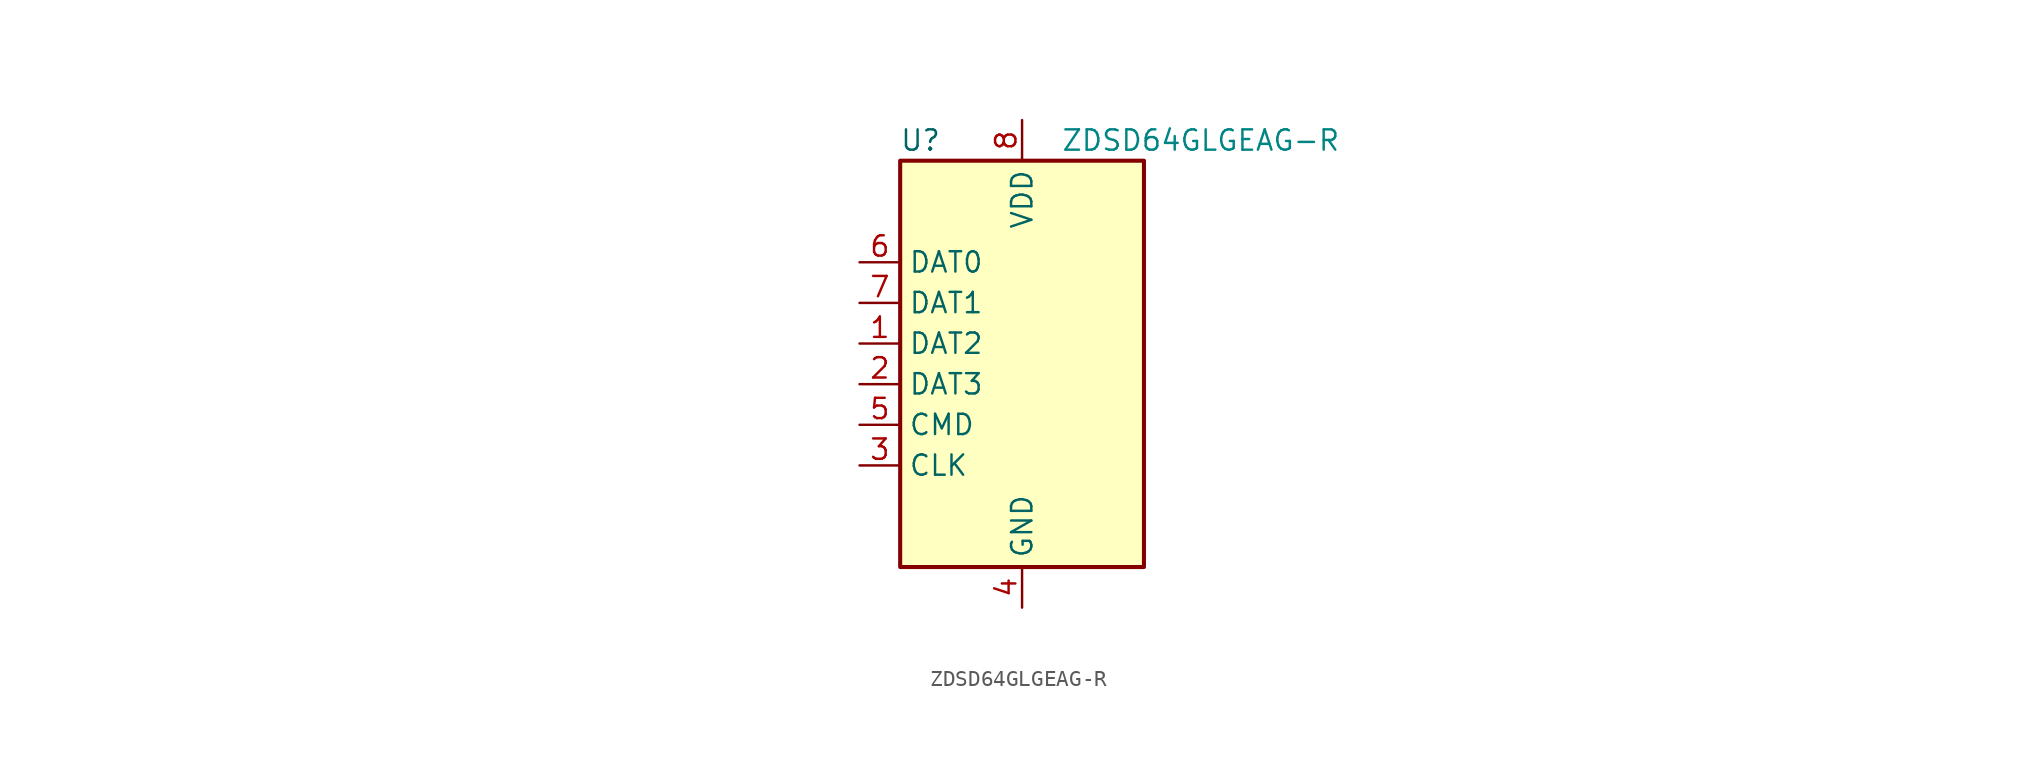
<source format=kicad_sym>
(kicad_symbol_lib
  (version 20231120)
  (generator "kicad_symbol_editor")
  (generator_version "8.0")
  (symbol "ZDSD64GLGEAG-R"
    (property "Reference" "U"
      (at 0 0 0)
      (effects (font (size 1.27 1.27))))
    (property "Value" ""
      (at 0 0 0)
      (effects (font (size 1.27 1.27))))
    (symbol "ZDSD64GLGEAG-R_1_1"
      (rectangle (start -1.27 -1.27) (end 13.97 -26.67) (stroke (width 0.254) (type default)) (fill (type background)))
      (text private "https://www.lcsc.com/datasheet/lcsc_datasheet_2410010132_Zetta-ZDSD64GLGEAG-R_C5277948.pdf" (at 6.096 -11.938 0) (effects (font (size 1.27 1.27) (color 0 255 255 1))))
      (text "ZDSD64GLGEAG-R" (at 17.526 0 0) (effects (font (size 1.27 1.27) (color 0 132 132 1))))
      (pin bidirectional line (at -3.81 -12.7 0) (length 2.54) (name "DAT2" (effects (font (size 1.27 1.27)))) (number "1" (effects (font (size 1.27 1.27)))))
      (pin bidirectional line (at -3.81 -15.24 0) (length 2.54) (name "DAT3" (effects (font (size 1.27 1.27)))) (number "2" (effects (font (size 1.27 1.27)))))
      (pin input line (at -3.81 -20.32 0) (length 2.54) (name "CLK" (effects (font (size 1.27 1.27)))) (number "3" (effects (font (size 1.27 1.27)))))
      (pin power_in line (at 6.35 -29.21 90) (length 2.54) (name "GND" (effects (font (size 1.27 1.27)))) (number "4" (effects (font (size 1.27 1.27)))))
      (pin input line (at -3.81 -17.78 0) (length 2.54) (name "CMD" (effects (font (size 1.27 1.27)))) (number "5" (effects (font (size 1.27 1.27)))))
      (pin bidirectional line (at -3.81 -7.62 0) (length 2.54) (name "DAT0" (effects (font (size 1.27 1.27)))) (number "6" (effects (font (size 1.27 1.27)))))
      (pin bidirectional line (at -3.81 -10.16 0) (length 2.54) (name "DAT1" (effects (font (size 1.27 1.27)))) (number "7" (effects (font (size 1.27 1.27)))))
      (pin power_in line (at 6.35 1.27 270) (length 2.54) (name "VDD" (effects (font (size 1.27 1.27)))) (number "8" (effects (font (size 1.27 1.27))))))))
</source>
